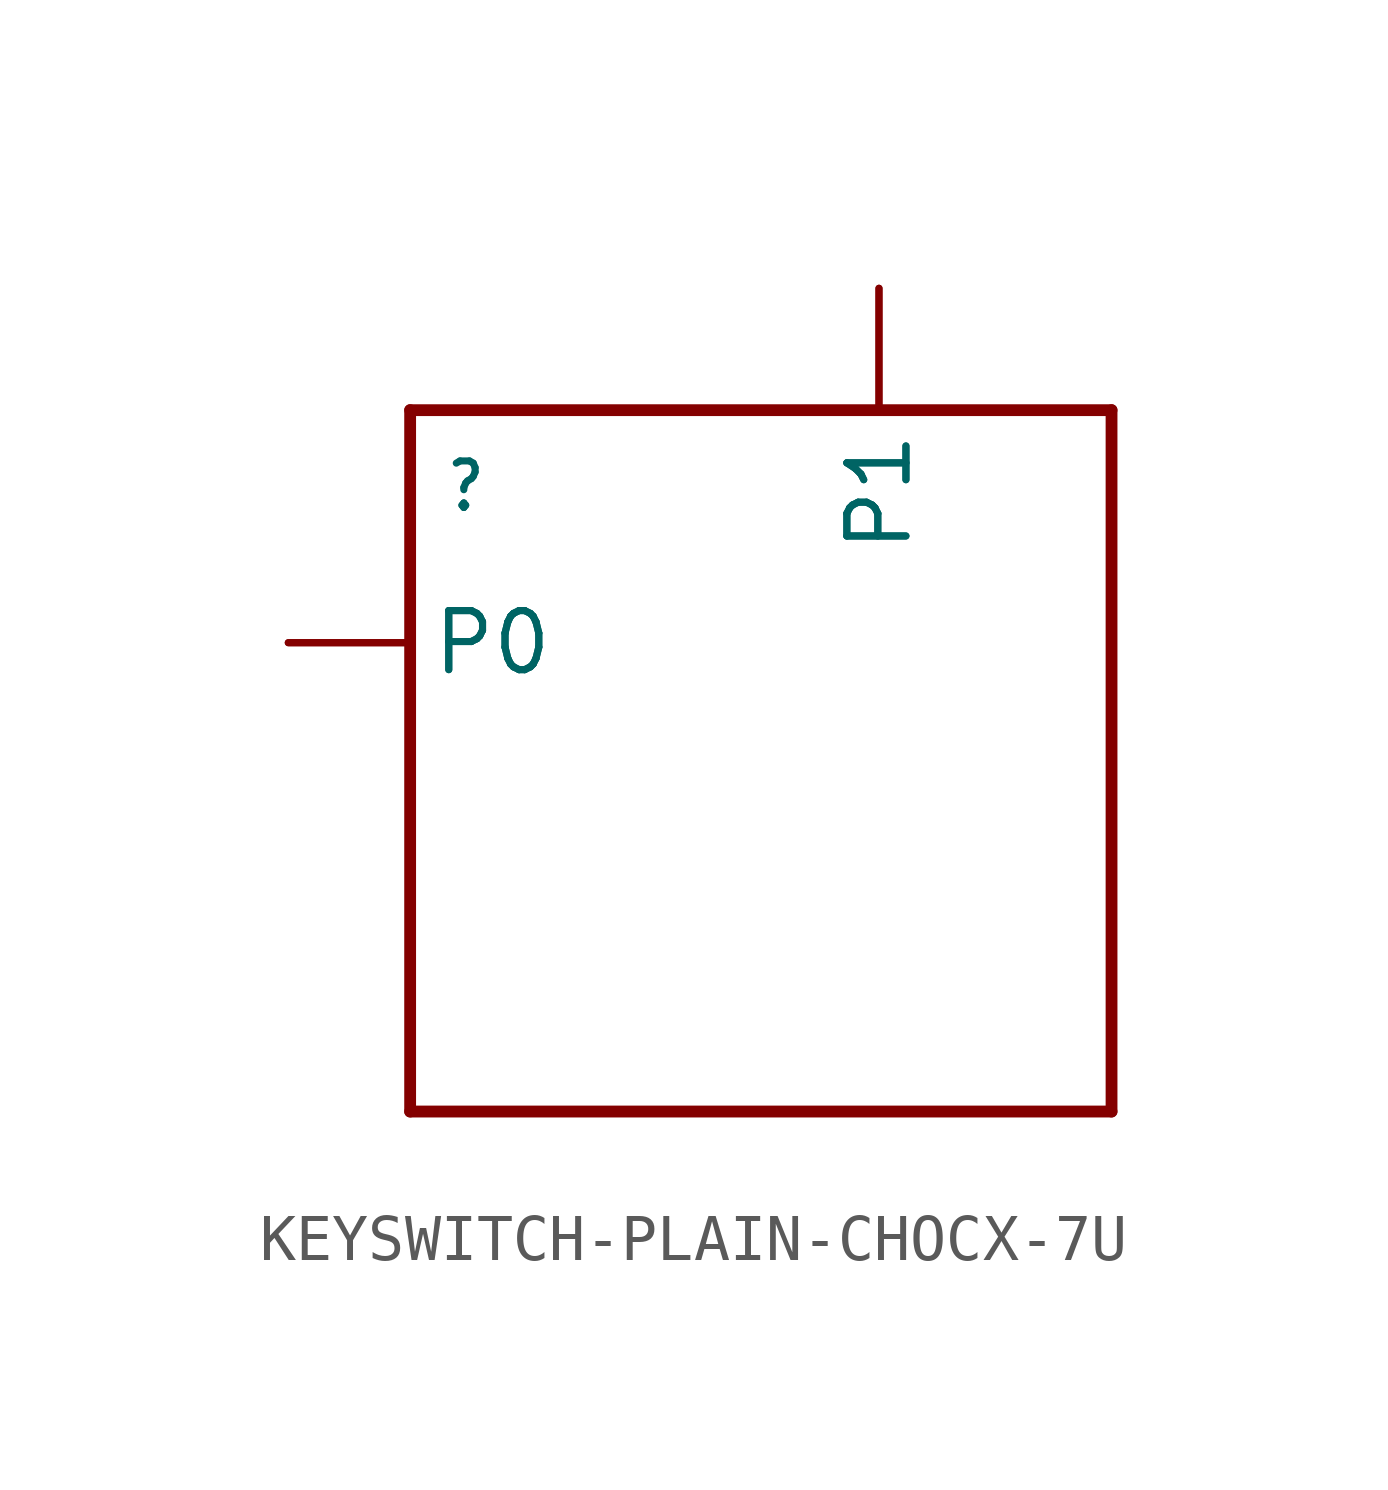
<source format=kicad_sym>
(kicad_symbol_lib
  (version 20211014)
  (generator kicad_symbol_editor)
  (symbol "KEYSWITCH-PLAIN-CHOCX-7U"
    (property "Reference" ""
      (at -6.81 5.318 0)
      (effects (font (size 1 0.85)) (justify left bottom)))
    (property "ki_locked" ""
      (at 0 0 0)
      (effects (font (size 1.27 1.27))))
    (symbol "KEYSWITCH-PLAIN-CHOCX-7U_1_0"
      (polyline (pts (xy -7.54 -7.54) (xy -7.54 7.54)) (stroke (width 0.254) (type default) (color 0 0 0 0)) (fill (type none)))
      (polyline (pts (xy -7.54 7.54) (xy 7.54 7.54)) (stroke (width 0.254) (type default) (color 0 0 0 0)) (fill (type none)))
      (polyline (pts (xy 7.54 -7.54) (xy -7.54 -7.54)) (stroke (width 0.254) (type default) (color 0 0 0 0)) (fill (type none)))
      (polyline (pts (xy 7.54 7.54) (xy 7.54 -7.54)) (stroke (width 0.254) (type default) (color 0 0 0 0)) (fill (type none)))
      (pin bidirectional line (at -10.16 2.54 0) (length 2.54) (name "P0" (effects (font (size 1.27 1.27)))) (number "CHOC1" (effects (font (size 0 0)))))
      (pin bidirectional line (at 2.54 10.16 270) (length 2.54) (name "P1" (effects (font (size 1.27 1.27)))) (number "CHOC2" (effects (font (size 0 0)))))
      (pin bidirectional line (at -10.16 2.54 0) (length 2.54) (name "P0" (effects (font (size 1.27 1.27)))) (number "X1" (effects (font (size 0 0)))))
      (pin bidirectional line (at 2.54 10.16 270) (length 2.54) (name "P1" (effects (font (size 1.27 1.27)))) (number "X2" (effects (font (size 0 0))))))))
</source>
